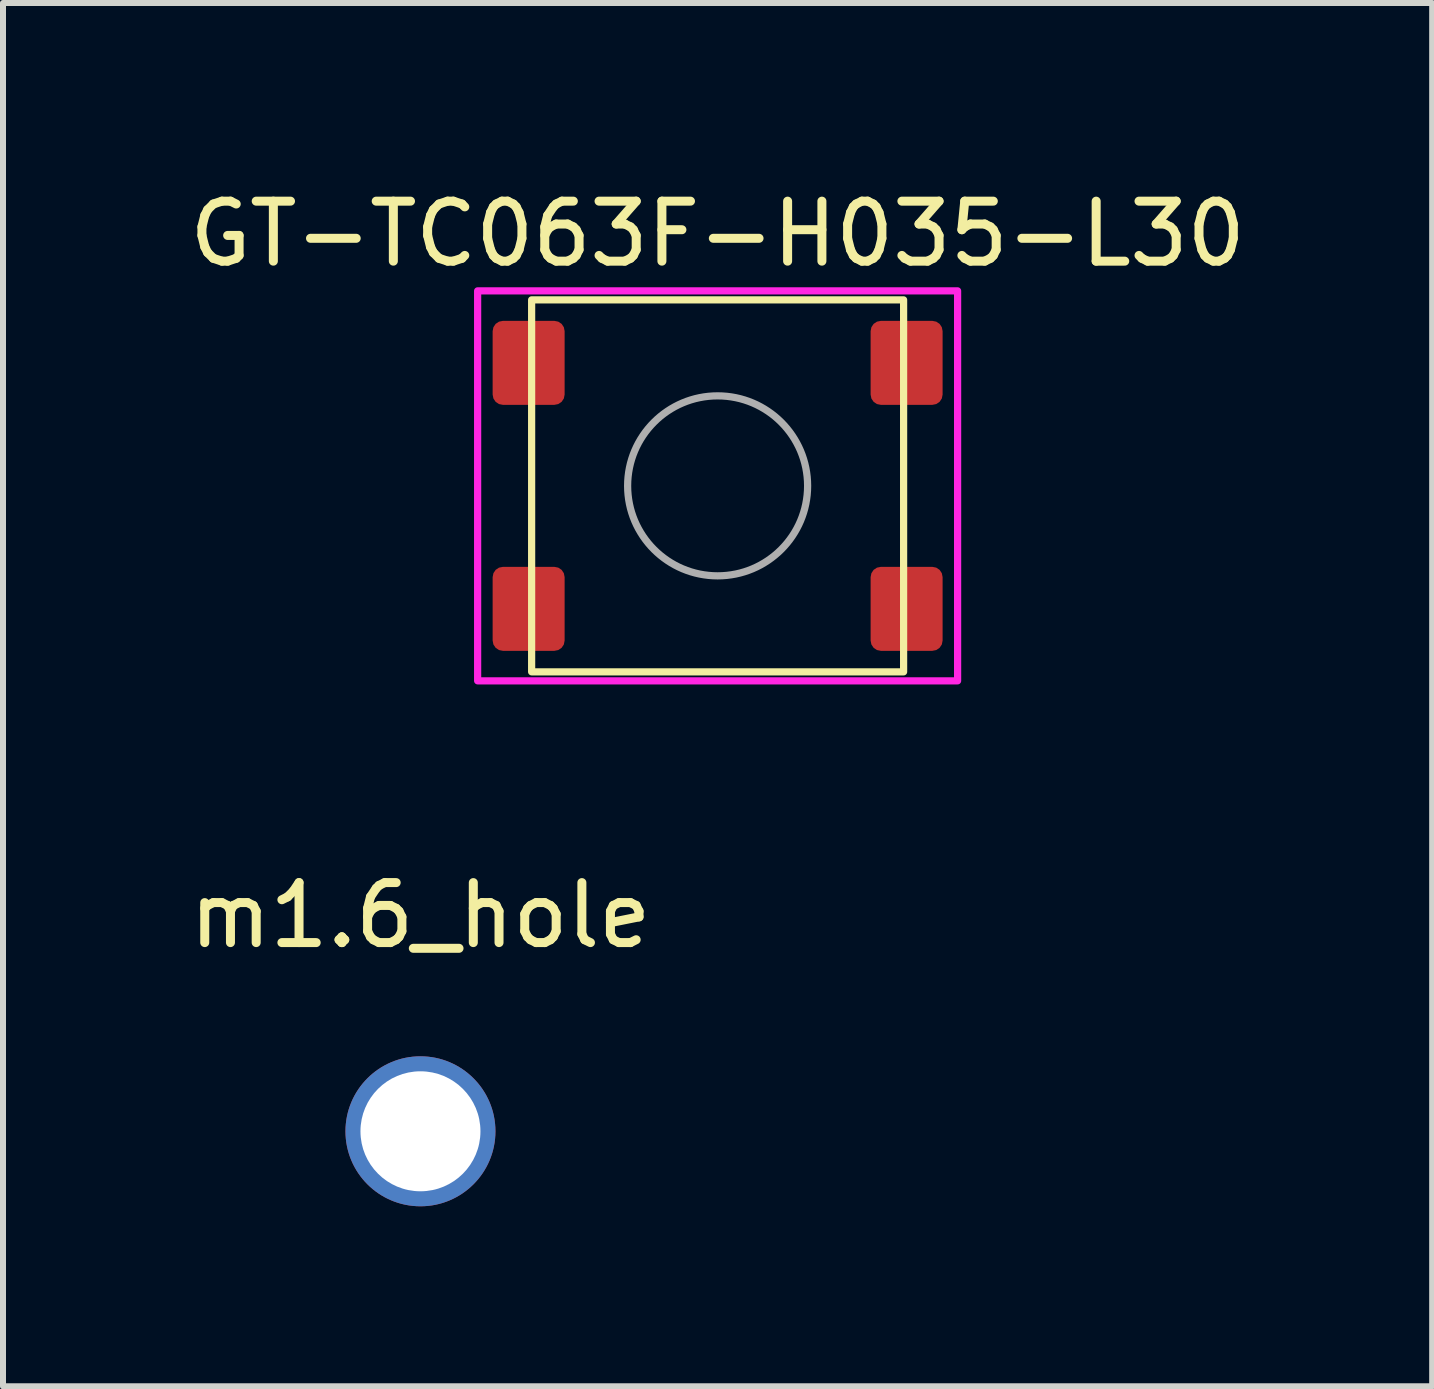
<source format=kicad_pcb>
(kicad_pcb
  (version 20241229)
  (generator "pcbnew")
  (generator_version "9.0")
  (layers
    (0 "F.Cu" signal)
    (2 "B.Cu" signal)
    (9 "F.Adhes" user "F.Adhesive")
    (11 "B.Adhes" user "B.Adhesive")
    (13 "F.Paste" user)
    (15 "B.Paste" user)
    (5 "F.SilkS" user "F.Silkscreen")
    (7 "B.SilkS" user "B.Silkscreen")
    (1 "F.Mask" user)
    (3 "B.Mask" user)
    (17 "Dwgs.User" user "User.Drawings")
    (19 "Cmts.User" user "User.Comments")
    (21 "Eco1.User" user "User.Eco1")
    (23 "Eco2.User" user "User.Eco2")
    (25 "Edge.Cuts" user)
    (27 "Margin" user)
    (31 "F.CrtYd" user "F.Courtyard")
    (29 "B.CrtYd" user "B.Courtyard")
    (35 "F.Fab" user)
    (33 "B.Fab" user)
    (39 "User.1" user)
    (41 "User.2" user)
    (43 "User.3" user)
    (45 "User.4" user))
  (footprint "GT-TC063F-H035-L30"
    (layer "F.Cu")
    (at 8.911 5.048)
    (property "Reference" "GT-TC063F-H035-L30" (at 0 -4.2 0) (unlocked yes) (layer "F.SilkS") (effects (font (size 1 1) (thickness 0.15))))
    (attr smd)
    (fp_rect (start -3.1 -3.1) (end 3.1 3.1) (stroke (width 0.12) (type default)) (fill no) (layer "F.SilkS"))
    (fp_rect (start -4 -3.25) (end 4 3.25) (stroke (width 0.12) (type default)) (fill no) (layer "F.CrtYd"))
    (fp_circle (center 0 0) (end 1.5 0) (stroke (width 0.12) (type default)) (fill no) (layer "F.Fab"))
    (pad "1" smd roundrect (at -3.15 -2.05) (size 1.2 1.4) (layers "F.Cu" "F.Mask" "F.Paste") (roundrect_rratio 0.143))
    (pad "1" smd roundrect (at 3.15 -2.05) (size 1.2 1.4) (layers "F.Cu" "F.Mask" "F.Paste") (roundrect_rratio 0.143))
    (pad "2" smd roundrect (at -3.15 2.05) (size 1.2 1.4) (layers "F.Cu" "F.Mask" "F.Paste") (roundrect_rratio 0.143))
    (pad "2" smd roundrect (at 3.15 2.05) (size 1.2 1.4) (layers "F.Cu" "F.Mask" "F.Paste") (roundrect_rratio 0.143)))
  (footprint "m1.6_hole"
    (layer "F.Cu")
    (at 3.958 15.806)
    (property "Reference" "m1.6_hole" (at 0 -3.6 0) (unlocked yes) (layer "F.SilkS") (effects (font (size 1 1) (thickness 0.15))))
    (attr through_hole)
    (pad "1" thru_hole circle (at 0 0) (size 2.5 2.5) (drill 2) (layers "*.Cu" "*.Mask")))
  (gr_rect
    (start -3 -3)
    (end 20.821 20.056)
    (stroke (width 0.1) (type default))
    (fill no)
    (layer "Edge.Cuts")))
</source>
